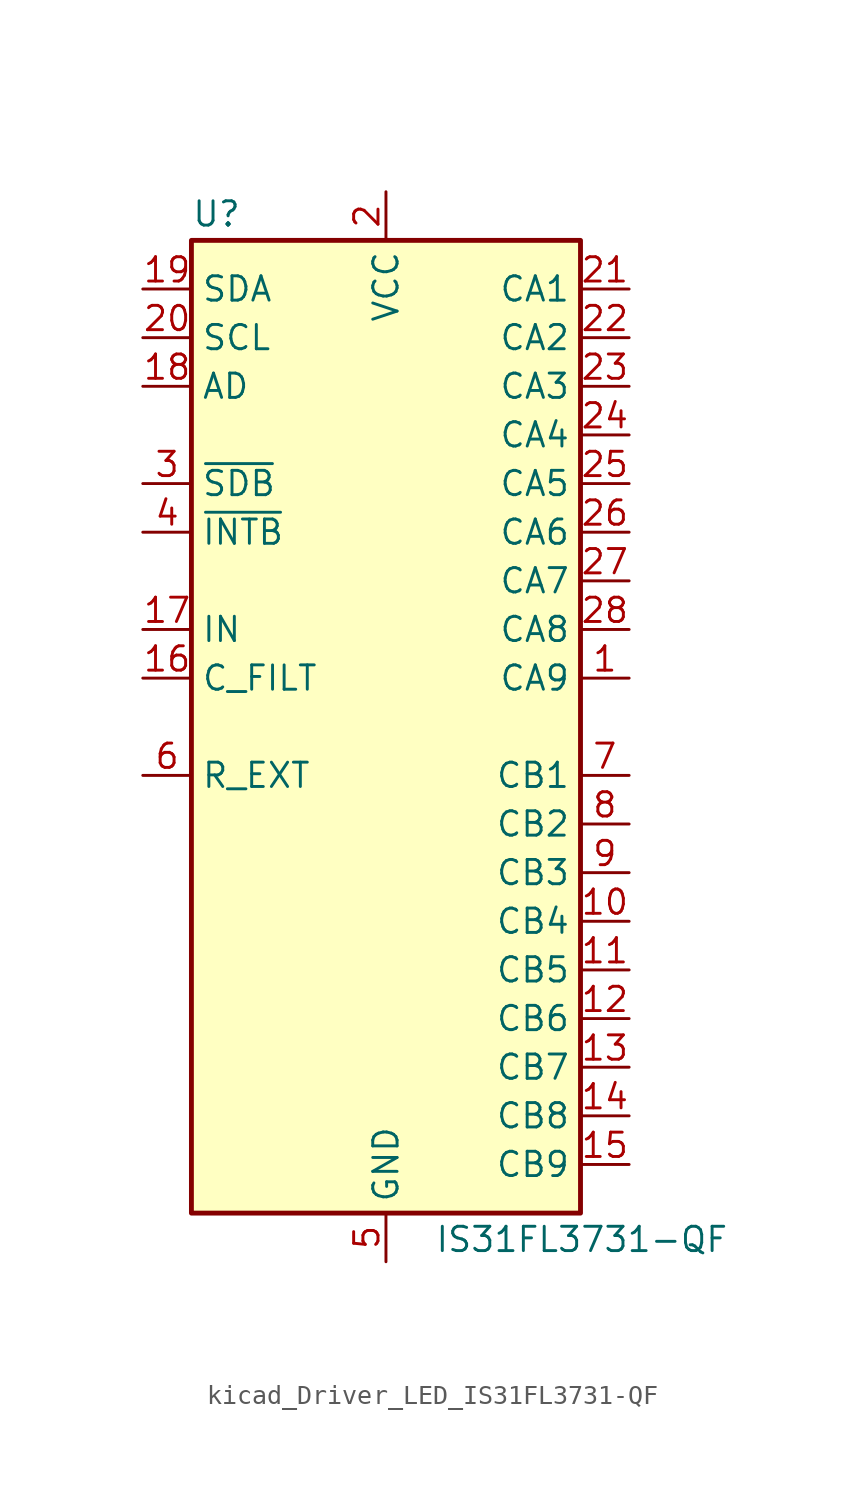
<source format=kicad_sym>
(kicad_symbol_lib
  (version 20220914)
  (generator kicad_symbol_editor)
  (symbol "kicad_Driver_LED_IS31FL3731-QF"
    (property "Reference" "U"
      (at -10.16 26.035 0)
      (effects (font (size 1.27 1.27)) (justify left bottom)))
    (property "Value" "IS31FL3731-QF"
      (at 2.54 -26.035 0)
      (effects (font (size 1.27 1.27)) (justify left top)))
    (symbol "kicad_Driver_LED_IS31FL3731-QF_0_1"
      (rectangle (start -10.16 25.4) (end 10.16 -25.4) (stroke (width 0.254) (type default)) (fill (type background))))
    (symbol "kicad_Driver_LED_IS31FL3731-QF_1_1"
      (pin bidirectional line (at 12.7 2.54 180) (length 2.54) (name "CA9" (effects (font (size 1.27 1.27)))) (number "1" (effects (font (size 1.27 1.27)))))
      (pin bidirectional line (at 12.7 -10.16 180) (length 2.54) (name "CB4" (effects (font (size 1.27 1.27)))) (number "10" (effects (font (size 1.27 1.27)))))
      (pin bidirectional line (at 12.7 -12.7 180) (length 2.54) (name "CB5" (effects (font (size 1.27 1.27)))) (number "11" (effects (font (size 1.27 1.27)))))
      (pin bidirectional line (at 12.7 -15.24 180) (length 2.54) (name "CB6" (effects (font (size 1.27 1.27)))) (number "12" (effects (font (size 1.27 1.27)))))
      (pin bidirectional line (at 12.7 -17.78 180) (length 2.54) (name "CB7" (effects (font (size 1.27 1.27)))) (number "13" (effects (font (size 1.27 1.27)))))
      (pin bidirectional line (at 12.7 -20.32 180) (length 2.54) (name "CB8" (effects (font (size 1.27 1.27)))) (number "14" (effects (font (size 1.27 1.27)))))
      (pin bidirectional line (at 12.7 -22.86 180) (length 2.54) (name "CB9" (effects (font (size 1.27 1.27)))) (number "15" (effects (font (size 1.27 1.27)))))
      (pin passive line (at -12.7 2.54 0) (length 2.54) (name "C_FILT" (effects (font (size 1.27 1.27)))) (number "16" (effects (font (size 1.27 1.27)))))
      (pin input line (at -12.7 5.08 0) (length 2.54) (name "IN" (effects (font (size 1.27 1.27)))) (number "17" (effects (font (size 1.27 1.27)))))
      (pin input line (at -12.7 17.78 0) (length 2.54) (name "AD" (effects (font (size 1.27 1.27)))) (number "18" (effects (font (size 1.27 1.27)))))
      (pin bidirectional line (at -12.7 22.86 0) (length 2.54) (name "SDA" (effects (font (size 1.27 1.27)))) (number "19" (effects (font (size 1.27 1.27)))))
      (pin power_in line (at 0 27.94 270) (length 2.54) (name "VCC" (effects (font (size 1.27 1.27)))) (number "2" (effects (font (size 1.27 1.27)))))
      (pin input line (at -12.7 20.32 0) (length 2.54) (name "SCL" (effects (font (size 1.27 1.27)))) (number "20" (effects (font (size 1.27 1.27)))))
      (pin bidirectional line (at 12.7 22.86 180) (length 2.54) (name "CA1" (effects (font (size 1.27 1.27)))) (number "21" (effects (font (size 1.27 1.27)))))
      (pin bidirectional line (at 12.7 20.32 180) (length 2.54) (name "CA2" (effects (font (size 1.27 1.27)))) (number "22" (effects (font (size 1.27 1.27)))))
      (pin bidirectional line (at 12.7 17.78 180) (length 2.54) (name "CA3" (effects (font (size 1.27 1.27)))) (number "23" (effects (font (size 1.27 1.27)))))
      (pin bidirectional line (at 12.7 15.24 180) (length 2.54) (name "CA4" (effects (font (size 1.27 1.27)))) (number "24" (effects (font (size 1.27 1.27)))))
      (pin bidirectional line (at 12.7 12.7 180) (length 2.54) (name "CA5" (effects (font (size 1.27 1.27)))) (number "25" (effects (font (size 1.27 1.27)))))
      (pin bidirectional line (at 12.7 10.16 180) (length 2.54) (name "CA6" (effects (font (size 1.27 1.27)))) (number "26" (effects (font (size 1.27 1.27)))))
      (pin bidirectional line (at 12.7 7.62 180) (length 2.54) (name "CA7" (effects (font (size 1.27 1.27)))) (number "27" (effects (font (size 1.27 1.27)))))
      (pin bidirectional line (at 12.7 5.08 180) (length 2.54) (name "CA8" (effects (font (size 1.27 1.27)))) (number "28" (effects (font (size 1.27 1.27)))))
      (pin passive line (at 0 -27.94 90) (length 2.54) hide (name "GND" (effects (font (size 1.27 1.27)))) (number "29" (effects (font (size 1.27 1.27)))))
      (pin input line (at -12.7 12.7 0) (length 2.54) (name "~{SDB}" (effects (font (size 1.27 1.27)))) (number "3" (effects (font (size 1.27 1.27)))))
      (pin open_collector line (at -12.7 10.16 0) (length 2.54) (name "~{INTB}" (effects (font (size 1.27 1.27)))) (number "4" (effects (font (size 1.27 1.27)))))
      (pin power_in line (at 0 -27.94 90) (length 2.54) (name "GND" (effects (font (size 1.27 1.27)))) (number "5" (effects (font (size 1.27 1.27)))))
      (pin passive line (at -12.7 -2.54 0) (length 2.54) (name "R_EXT" (effects (font (size 1.27 1.27)))) (number "6" (effects (font (size 1.27 1.27)))))
      (pin bidirectional line (at 12.7 -2.54 180) (length 2.54) (name "CB1" (effects (font (size 1.27 1.27)))) (number "7" (effects (font (size 1.27 1.27)))))
      (pin bidirectional line (at 12.7 -5.08 180) (length 2.54) (name "CB2" (effects (font (size 1.27 1.27)))) (number "8" (effects (font (size 1.27 1.27)))))
      (pin bidirectional line (at 12.7 -7.62 180) (length 2.54) (name "CB3" (effects (font (size 1.27 1.27)))) (number "9" (effects (font (size 1.27 1.27))))))))
</source>
